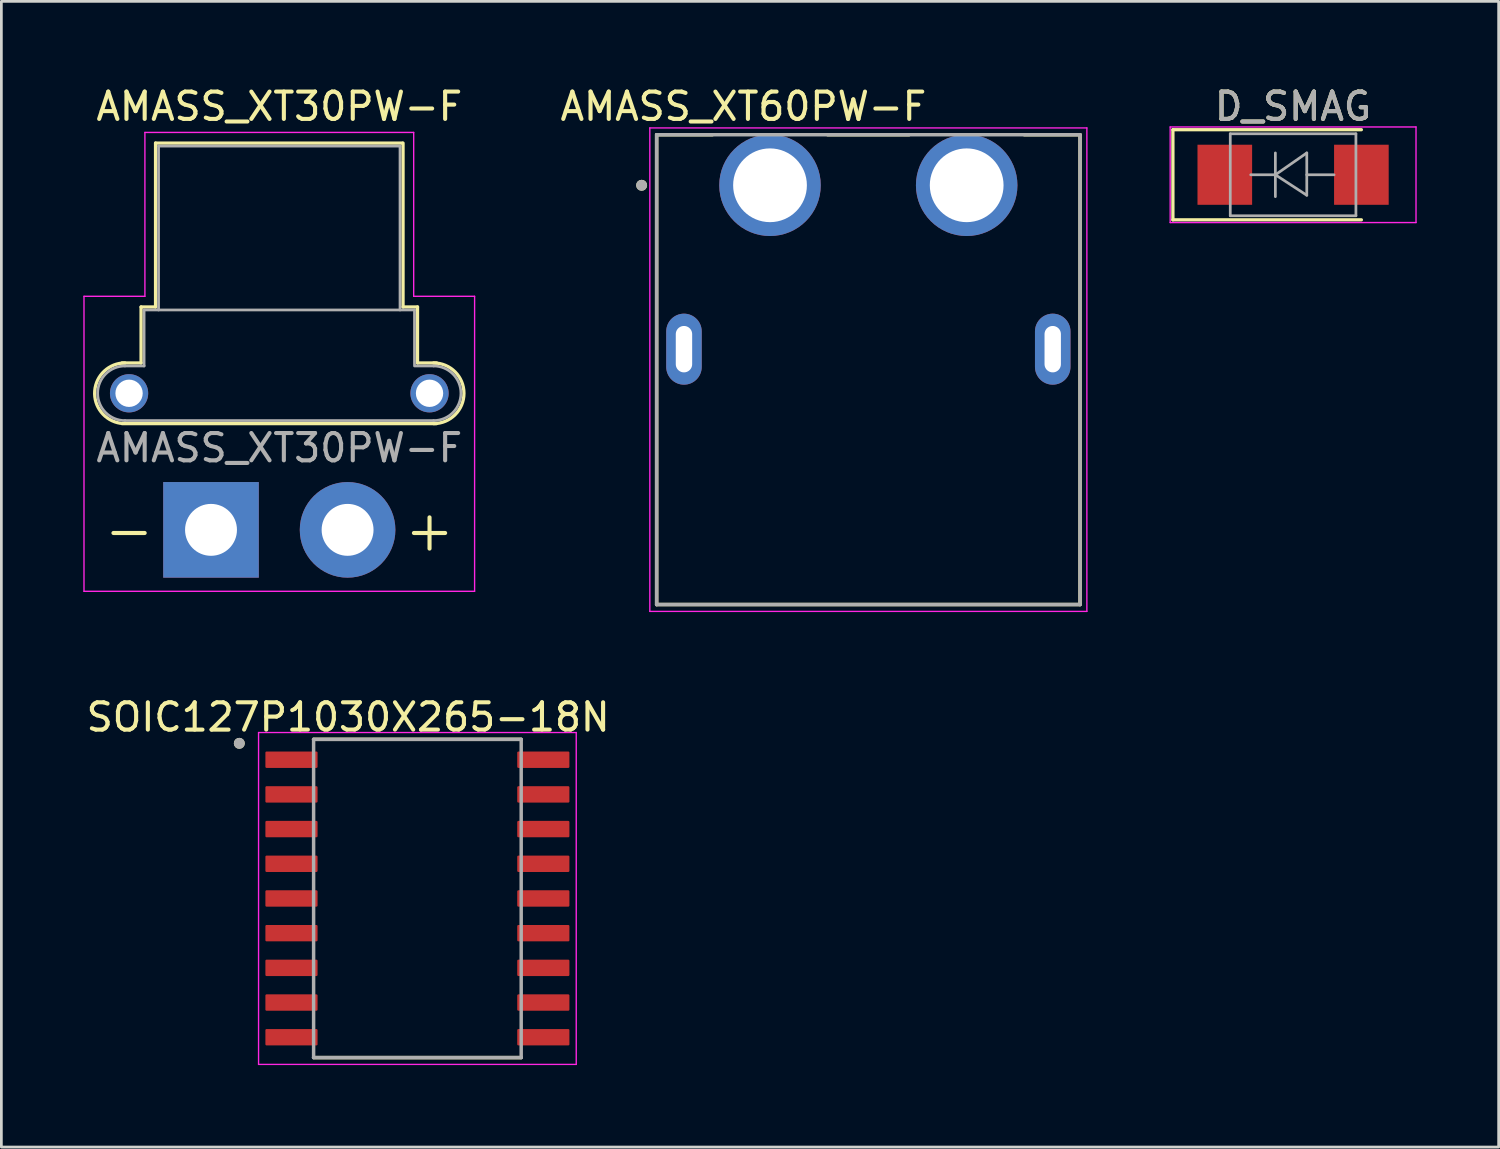
<source format=kicad_pcb>
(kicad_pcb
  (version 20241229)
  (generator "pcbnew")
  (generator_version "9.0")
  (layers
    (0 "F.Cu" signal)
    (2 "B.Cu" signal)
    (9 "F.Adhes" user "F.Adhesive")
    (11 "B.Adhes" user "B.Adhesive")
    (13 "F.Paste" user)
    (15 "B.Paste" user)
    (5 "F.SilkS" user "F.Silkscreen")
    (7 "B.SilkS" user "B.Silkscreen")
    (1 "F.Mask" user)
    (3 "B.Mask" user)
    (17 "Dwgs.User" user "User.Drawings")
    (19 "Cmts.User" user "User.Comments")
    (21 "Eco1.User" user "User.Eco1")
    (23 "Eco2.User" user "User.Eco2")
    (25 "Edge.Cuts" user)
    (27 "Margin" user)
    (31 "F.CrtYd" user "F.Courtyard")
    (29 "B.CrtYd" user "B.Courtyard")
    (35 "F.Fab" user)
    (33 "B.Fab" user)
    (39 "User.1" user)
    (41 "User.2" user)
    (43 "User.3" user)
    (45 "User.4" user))
  (footprint "SOIC127P1030X265-18N"
    (layer "F.Cu")
    (at 12.231 29.843)
    (property "Reference" "SOIC127P1030X265-18N" (at -2.535 -6.637 0) (layer "F.SilkS") (effects (font (size 1 1) (thickness 0.15))))
    (attr through_hole)
    (fp_line (start -3.8 -5.825) (end 3.8 -5.825) (stroke (width 0.127) (type solid)) (layer "F.SilkS"))
    (fp_line (start -3.8 5.825) (end 3.8 5.825) (stroke (width 0.127) (type solid)) (layer "F.SilkS"))
    (fp_circle (center -6.52 -5.68) (end -6.42 -5.68) (stroke (width 0.2) (type solid)) (fill no) (layer "F.SilkS"))
    (fp_line (start -5.815 -6.075) (end -5.815 6.075) (stroke (width 0.05) (type solid)) (layer "F.CrtYd"))
    (fp_line (start -5.815 -6.075) (end 5.815 -6.075) (stroke (width 0.05) (type solid)) (layer "F.CrtYd"))
    (fp_line (start -5.815 6.075) (end 5.815 6.075) (stroke (width 0.05) (type solid)) (layer "F.CrtYd"))
    (fp_line (start 5.815 -6.075) (end 5.815 6.075) (stroke (width 0.05) (type solid)) (layer "F.CrtYd"))
    (fp_line (start -3.8 -5.825) (end -3.8 5.825) (stroke (width 0.127) (type solid)) (layer "F.Fab"))
    (fp_line (start -3.8 -5.825) (end 3.8 -5.825) (stroke (width 0.127) (type solid)) (layer "F.Fab"))
    (fp_line (start -3.8 5.825) (end 3.8 5.825) (stroke (width 0.127) (type solid)) (layer "F.Fab"))
    (fp_line (start 3.8 -5.825) (end 3.8 5.825) (stroke (width 0.127) (type solid)) (layer "F.Fab"))
    (fp_circle (center -6.52 -5.68) (end -6.42 -5.68) (stroke (width 0.2) (type solid)) (fill no) (layer "F.Fab"))
    (pad "1" smd roundrect (at -4.61 -5.08) (size 1.91 0.6) (layers "F.Cu" "F.Mask" "F.Paste") (roundrect_rratio 0.07))
    (pad "2" smd roundrect (at -4.61 -3.81) (size 1.91 0.6) (layers "F.Cu" "F.Mask" "F.Paste") (roundrect_rratio 0.07))
    (pad "3" smd roundrect (at -4.61 -2.54) (size 1.91 0.6) (layers "F.Cu" "F.Mask" "F.Paste") (roundrect_rratio 0.07))
    (pad "4" smd roundrect (at -4.61 -1.27) (size 1.91 0.6) (layers "F.Cu" "F.Mask" "F.Paste") (roundrect_rratio 0.07))
    (pad "5" smd roundrect (at -4.61 0) (size 1.91 0.6) (layers "F.Cu" "F.Mask" "F.Paste") (roundrect_rratio 0.07))
    (pad "6" smd roundrect (at -4.61 1.27) (size 1.91 0.6) (layers "F.Cu" "F.Mask" "F.Paste") (roundrect_rratio 0.07))
    (pad "7" smd roundrect (at -4.61 2.54) (size 1.91 0.6) (layers "F.Cu" "F.Mask" "F.Paste") (roundrect_rratio 0.07))
    (pad "8" smd roundrect (at -4.61 3.81) (size 1.91 0.6) (layers "F.Cu" "F.Mask" "F.Paste") (roundrect_rratio 0.07))
    (pad "9" smd roundrect (at -4.61 5.08) (size 1.91 0.6) (layers "F.Cu" "F.Mask" "F.Paste") (roundrect_rratio 0.07))
    (pad "10" smd roundrect (at 4.61 5.08) (size 1.91 0.6) (layers "F.Cu" "F.Mask" "F.Paste") (roundrect_rratio 0.07))
    (pad "11" smd roundrect (at 4.61 3.81) (size 1.91 0.6) (layers "F.Cu" "F.Mask" "F.Paste") (roundrect_rratio 0.07))
    (pad "12" smd roundrect (at 4.61 2.54) (size 1.91 0.6) (layers "F.Cu" "F.Mask" "F.Paste") (roundrect_rratio 0.07))
    (pad "13" smd roundrect (at 4.61 1.27) (size 1.91 0.6) (layers "F.Cu" "F.Mask" "F.Paste") (roundrect_rratio 0.07))
    (pad "14" smd roundrect (at 4.61 0) (size 1.91 0.6) (layers "F.Cu" "F.Mask" "F.Paste") (roundrect_rratio 0.07))
    (pad "15" smd roundrect (at 4.61 -1.27) (size 1.91 0.6) (layers "F.Cu" "F.Mask" "F.Paste") (roundrect_rratio 0.07))
    (pad "16" smd roundrect (at 4.61 -2.54) (size 1.91 0.6) (layers "F.Cu" "F.Mask" "F.Paste") (roundrect_rratio 0.07))
    (pad "17" smd roundrect (at 4.61 -3.81) (size 1.91 0.6) (layers "F.Cu" "F.Mask" "F.Paste") (roundrect_rratio 0.07))
    (pad "18" smd roundrect (at 4.61 -5.08) (size 1.91 0.6) (layers "F.Cu" "F.Mask" "F.Paste") (roundrect_rratio 0.07)))
  (footprint "AMASS_XT60PW-F"
    (layer "F.Cu")
    (at 28.74 3.733)
    (property "Reference" "AMASS_XT60PW-F" (at -4.575 -2.885 0) (layer "F.SilkS") (effects (font (size 1 1) (thickness 0.15))))
    (attr through_hole)
    (fp_line (start -7.75 -1.85) (end -5.71 -1.85) (stroke (width 0.127) (type solid)) (layer "F.SilkS"))
    (fp_line (start -7.75 15.35) (end -7.75 -1.85) (stroke (width 0.127) (type solid)) (layer "F.SilkS"))
    (fp_line (start -1.49 -1.85) (end 1.49 -1.85) (stroke (width 0.127) (type solid)) (layer "F.SilkS"))
    (fp_line (start 5.71 -1.85) (end 7.75 -1.85) (stroke (width 0.127) (type solid)) (layer "F.SilkS"))
    (fp_line (start 7.75 -1.85) (end 7.75 15.35) (stroke (width 0.127) (type solid)) (layer "F.SilkS"))
    (fp_line (start 7.75 15.35) (end -7.75 15.35) (stroke (width 0.127) (type solid)) (layer "F.SilkS"))
    (fp_circle (center -8.3 0) (end -8.2 0) (stroke (width 0.2) (type solid)) (fill no) (layer "F.SilkS"))
    (fp_line (start -8 -2.1) (end 8 -2.1) (stroke (width 0.05) (type solid)) (layer "F.CrtYd"))
    (fp_line (start -8 15.6) (end -8 -2.1) (stroke (width 0.05) (type solid)) (layer "F.CrtYd"))
    (fp_line (start 8 -2.1) (end 8 15.6) (stroke (width 0.05) (type solid)) (layer "F.CrtYd"))
    (fp_line (start 8 15.6) (end -8 15.6) (stroke (width 0.05) (type solid)) (layer "F.CrtYd"))
    (fp_line (start -7.75 -1.85) (end 7.75 -1.85) (stroke (width 0.127) (type solid)) (layer "F.Fab"))
    (fp_line (start -7.75 15.35) (end -7.75 -1.85) (stroke (width 0.127) (type solid)) (layer "F.Fab"))
    (fp_line (start 7.75 -1.85) (end 7.75 15.35) (stroke (width 0.127) (type solid)) (layer "F.Fab"))
    (fp_line (start 7.75 15.35) (end -7.75 15.35) (stroke (width 0.127) (type solid)) (layer "F.Fab"))
    (fp_circle (center -8.3 0) (end -8.2 0) (stroke (width 0.2) (type solid)) (fill no) (layer "F.Fab"))
    (pad "1" thru_hole circle (at -3.6 0) (size 3.716 3.716) (drill 2.7) (layers "*.Cu" "*.Mask"))
    (pad "2" thru_hole circle (at 3.6 0) (size 3.716 3.716) (drill 2.7) (layers "*.Cu" "*.Mask"))
    (pad "S1" thru_hole oval (at -6.75 6) (size 1.3 2.6) (drill oval 0.6 1.7) (layers "*.Cu" "*.Mask"))
    (pad "S2" thru_hole oval (at 6.75 6) (size 1.3 2.6) (drill oval 0.6 1.7) (layers "*.Cu" "*.Mask")))
  (footprint "D_SMAG"
    (layer "F.Cu")
    (at 44.29 3.348)
    (property "Reference" "D_SMAG" (at 0 -2.5 0) (layer "F.SilkS") (effects (font (size 1 1) (thickness 0.15))))
    (attr smd)
    (fp_line (start -4.4 -1.65) (end -4.4 1.65) (stroke (width 0.12) (type solid)) (layer "F.SilkS"))
    (fp_line (start -4.4 -1.65) (end 2.5 -1.65) (stroke (width 0.12) (type solid)) (layer "F.SilkS"))
    (fp_line (start -4.4 1.65) (end 2.5 1.65) (stroke (width 0.12) (type solid)) (layer "F.SilkS"))
    (fp_line (start -4.5 -1.75) (end 4.5 -1.75) (stroke (width 0.05) (type solid)) (layer "F.CrtYd"))
    (fp_line (start -4.5 1.75) (end -4.5 -1.75) (stroke (width 0.05) (type solid)) (layer "F.CrtYd"))
    (fp_line (start 4.5 -1.75) (end 4.5 1.75) (stroke (width 0.05) (type solid)) (layer "F.CrtYd"))
    (fp_line (start 4.5 1.75) (end -4.5 1.75) (stroke (width 0.05) (type solid)) (layer "F.CrtYd"))
    (fp_line (start -2.3 1.5) (end -2.3 -1.5) (stroke (width 0.1) (type solid)) (layer "F.Fab"))
    (fp_line (start -0.649 -0.799) (end -0.649 0.801) (stroke (width 0.1) (type solid)) (layer "F.Fab"))
    (fp_line (start -0.649 0.001) (end -1.551 0.001) (stroke (width 0.1) (type solid)) (layer "F.Fab"))
    (fp_line (start -0.649 0.001) (end 0.501 -0.799) (stroke (width 0.1) (type solid)) (layer "F.Fab"))
    (fp_line (start -0.649 0.001) (end 0.501 0.75) (stroke (width 0.1) (type solid)) (layer "F.Fab"))
    (fp_line (start 0.501 0.001) (end 1.499 0.001) (stroke (width 0.1) (type solid)) (layer "F.Fab"))
    (fp_line (start 0.501 0.75) (end 0.501 -0.799) (stroke (width 0.1) (type solid)) (layer "F.Fab"))
    (fp_line (start 2.3 -1.5) (end -2.3 -1.5) (stroke (width 0.1) (type solid)) (layer "F.Fab"))
    (fp_line (start 2.3 -1.5) (end 2.3 1.5) (stroke (width 0.1) (type solid)) (layer "F.Fab"))
    (fp_line (start 2.3 1.5) (end -2.3 1.5) (stroke (width 0.1) (type solid)) (layer "F.Fab"))
    (fp_text user "${REFERENCE}" (at 0 -2.5 0) (layer "F.Fab") (effects (font (size 1 1) (thickness 0.15))))
    (pad "1" smd rect (at -2.5 0) (size 2 2.2) (layers "F.Cu" "F.Mask" "F.Paste"))
    (pad "2" smd rect (at 2.5 0) (size 2 2.2) (layers "F.Cu" "F.Mask" "F.Paste")))
  (footprint "AMASS_XT30PW-F"
    (layer "F.Cu")
    (at 4.675 16.348)
    (property "Reference" "AMASS_XT30PW-F" (at 2.5 -15.5 0) (layer "F.SilkS") (effects (font (size 1 1) (thickness 0.15))))
    (attr through_hole)
    (fp_line (start -3.26 -6.11) (end -2.56 -6.11) (stroke (width 0.12) (type solid)) (layer "F.SilkS"))
    (fp_line (start -3.26 -3.89) (end 8.26 -3.89) (stroke (width 0.12) (type solid)) (layer "F.SilkS"))
    (fp_line (start -2.56 -8.16) (end -2.56 -6.11) (stroke (width 0.12) (type solid)) (layer "F.SilkS"))
    (fp_line (start -2.56 -8.16) (end -2.03 -8.16) (stroke (width 0.12) (type solid)) (layer "F.SilkS"))
    (fp_line (start -2.03 -14.16) (end -2.03 -8.16) (stroke (width 0.12) (type solid)) (layer "F.SilkS"))
    (fp_line (start -2.03 -14.16) (end 7 -14.16) (stroke (width 0.12) (type solid)) (layer "F.SilkS"))
    (fp_line (start 7.03 -14.16) (end 7.03 -8.16) (stroke (width 0.12) (type solid)) (layer "F.SilkS"))
    (fp_line (start 7.03 -8.16) (end 7.56 -8.16) (stroke (width 0.12) (type solid)) (layer "F.SilkS"))
    (fp_line (start 7.56 -8.16) (end 7.56 -6.11) (stroke (width 0.12) (type solid)) (layer "F.SilkS"))
    (fp_line (start 7.56 -6.11) (end 8.26 -6.11) (stroke (width 0.12) (type solid)) (layer "F.SilkS"))
    (fp_arc (start -3.321729 -3.903365) (mid -4.256653 -5.086124) (end -3.15 -6.11) (stroke (width 0.12) (type solid)) (layer "F.SilkS"))
    (fp_arc (start 8.15 -6.11) (mid 9.26 -5) (end 8.15 -3.89) (stroke (width 0.12) (type solid)) (layer "F.SilkS"))
    (fp_line (start -4.65 -8.55) (end -4.65 2.25) (stroke (width 0.05) (type solid)) (layer "F.CrtYd"))
    (fp_line (start -4.65 -8.55) (end -2.42 -8.55) (stroke (width 0.05) (type solid)) (layer "F.CrtYd"))
    (fp_line (start -4.65 2.25) (end 9.65 2.25) (stroke (width 0.05) (type solid)) (layer "F.CrtYd"))
    (fp_line (start -2.42 -14.55) (end -2.42 -8.55) (stroke (width 0.05) (type solid)) (layer "F.CrtYd"))
    (fp_line (start -2.42 -14.55) (end 7.42 -14.55) (stroke (width 0.05) (type solid)) (layer "F.CrtYd"))
    (fp_line (start 7.42 -14.55) (end 7.42 -8.55) (stroke (width 0.05) (type solid)) (layer "F.CrtYd"))
    (fp_line (start 7.42 -8.55) (end 9.65 -8.55) (stroke (width 0.05) (type solid)) (layer "F.CrtYd"))
    (fp_line (start 9.65 -8.55) (end 9.65 2.25) (stroke (width 0.05) (type solid)) (layer "F.CrtYd"))
    (fp_line (start -3.15 -6) (end -2.45 -6) (stroke (width 0.1) (type solid)) (layer "F.Fab"))
    (fp_line (start -3.15 -4) (end 8.15 -4) (stroke (width 0.1) (type solid)) (layer "F.Fab"))
    (fp_line (start -2.45 -8.05) (end -2.45 -6) (stroke (width 0.1) (type solid)) (layer "F.Fab"))
    (fp_line (start -2.45 -8.05) (end 7.45 -8.05) (stroke (width 0.1) (type solid)) (layer "F.Fab"))
    (fp_line (start -1.92 -14.05) (end -1.92 -8.05) (stroke (width 0.1) (type solid)) (layer "F.Fab"))
    (fp_line (start -1.92 -14.05) (end 6.92 -14.05) (stroke (width 0.1) (type solid)) (layer "F.Fab"))
    (fp_line (start 6.92 -14.05) (end 6.92 -8.05) (stroke (width 0.1) (type solid)) (layer "F.Fab"))
    (fp_line (start 7.45 -8.05) (end 7.45 -6.05) (stroke (width 0.1) (type solid)) (layer "F.Fab"))
    (fp_line (start 7.45 -6) (end 8.15 -6) (stroke (width 0.1) (type solid)) (layer "F.Fab"))
    (fp_arc (start -3.15 -4) (mid -4.15 -5) (end -3.15 -6) (stroke (width 0.1) (type solid)) (layer "F.Fab"))
    (fp_arc (start 8.15 -6) (mid 9.15 -5) (end 8.15 -4) (stroke (width 0.1) (type solid)) (layer "F.Fab"))
    (fp_text user "+" (at 8 0 0) (layer "F.SilkS") (effects (font (size 1.5 1.5) (thickness 0.15))))
    (fp_text user "-" (at -3 0 0) (layer "F.SilkS") (effects (font (size 1.5 1.5) (thickness 0.15))))
    (fp_text user "${REFERENCE}" (at 2.5 -3 0) (layer "F.Fab") (effects (font (size 1 1) (thickness 0.15))))
    (pad "" thru_hole circle (at -3 -5 90) (size 1.4 1.4) (drill 1) (layers "*.Cu" "*.Mask"))
    (pad "" thru_hole circle (at 8 -5) (size 1.4 1.4) (drill 1) (layers "*.Cu" "*.Mask"))
    (pad "1" thru_hole rect (at 0 0) (size 3.5 3.5) (drill 1.9) (layers "*.Cu" "*.Mask"))
    (pad "2" thru_hole circle (at 5 0) (size 3.5 3.5) (drill 1.9) (layers "*.Cu" "*.Mask")))
  (gr_rect
    (start -3 -3)
    (end 51.815 38.944)
    (stroke (width 0.1) (type default))
    (fill no)
    (layer "Edge.Cuts")))
</source>
